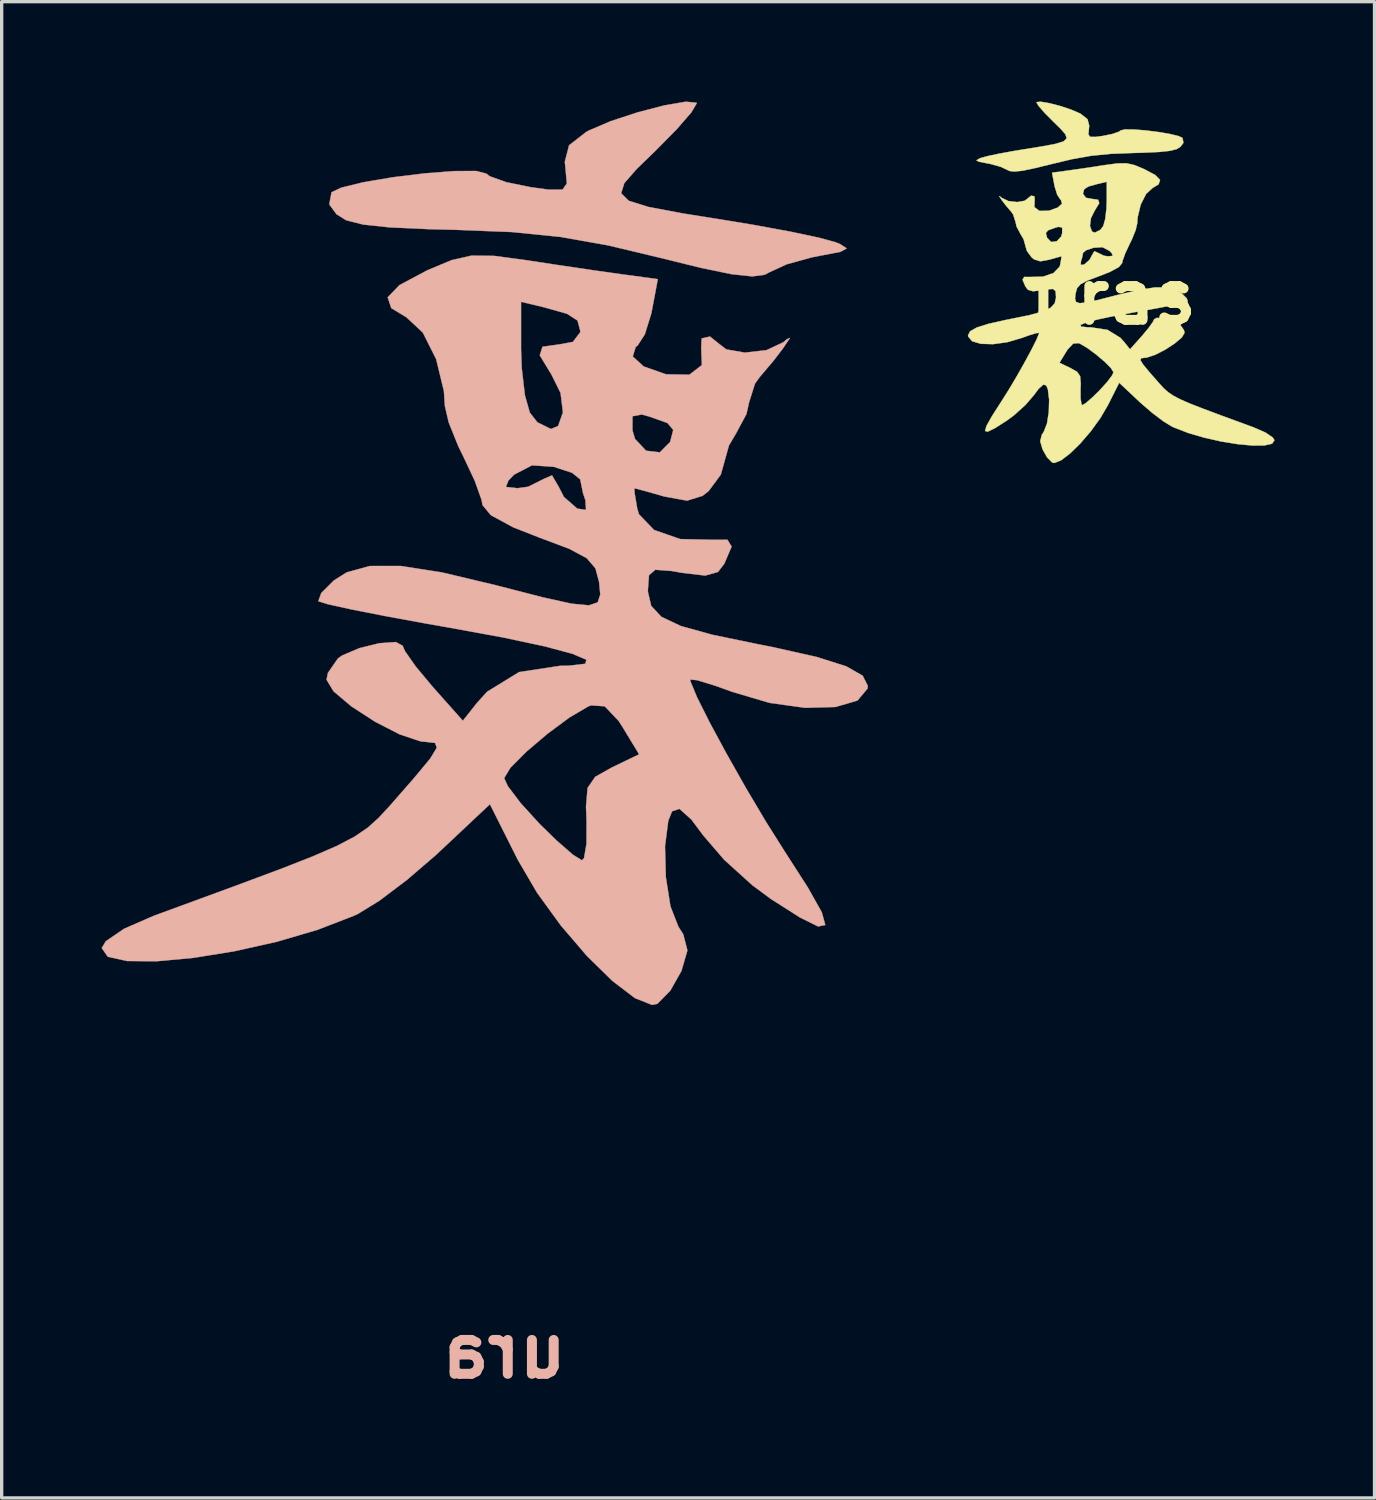
<source format=kicad_pcb>
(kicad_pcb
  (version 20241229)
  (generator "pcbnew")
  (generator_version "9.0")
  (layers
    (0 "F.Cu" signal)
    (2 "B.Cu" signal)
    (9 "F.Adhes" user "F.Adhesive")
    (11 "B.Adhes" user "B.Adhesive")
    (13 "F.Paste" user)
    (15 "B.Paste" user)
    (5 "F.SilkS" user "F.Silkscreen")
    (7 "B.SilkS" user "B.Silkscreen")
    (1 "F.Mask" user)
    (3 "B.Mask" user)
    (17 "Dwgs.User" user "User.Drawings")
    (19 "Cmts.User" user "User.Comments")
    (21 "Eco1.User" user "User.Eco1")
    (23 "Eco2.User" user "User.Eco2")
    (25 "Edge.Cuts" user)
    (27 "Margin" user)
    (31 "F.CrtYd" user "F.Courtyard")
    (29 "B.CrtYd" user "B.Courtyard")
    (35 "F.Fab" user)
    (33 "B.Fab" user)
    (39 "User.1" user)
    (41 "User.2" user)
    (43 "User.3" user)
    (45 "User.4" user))
  (footprint "ura"
    (layer "F.Cu")
    (at 14.631 14.66)
    (property "Reference" "ura" (at -2.54 22.86 180) (layer "B.SilkS") (effects (font (size 1.524 1.524) (thickness 0.3)) (justify mirror)))
    (attr through_hole)
    (fp_poly (pts (xy 2.272 -14.545) (xy 1.468 -14.336) (xy 0.66 -14.071) (xy 0.004 -13.79) (xy -0.082 -13.743) (xy -0.59 -13.346) (xy -0.718 -12.853) (xy -0.696 -12.627) (xy -0.657 -12.2) (xy -0.785 -12.017) (xy -1.205 -12.015) (xy -1.757 -12.091) (xy -2.483 -12.24) (xy -2.975 -12.418) (xy -3.071 -12.494) (xy -3.379 -12.575) (xy -4.043 -12.572) (xy -4.921 -12.504) (xy -5.872 -12.388) (xy -6.753 -12.24) (xy -7.423 -12.077) (xy -7.723 -11.937) (xy -7.793 -11.573) (xy -7.575 -11.276) (xy -7.285 -11.095) (xy -6.78 -10.967) (xy -5.978 -10.881) (xy -4.794 -10.827) (xy -4.03 -10.808) (xy -2.311 -10.741) (xy -0.853 -10.595) (xy 0.587 -10.339) (xy 2.063 -9.987) (xy 3.383 -9.662) (xy 4.303 -9.473) (xy 4.909 -9.409) (xy 5.284 -9.458) (xy 5.434 -9.537) (xy 5.944 -9.772) (xy 6.699 -9.981) (xy 6.927 -10.025) (xy 7.561 -10.147) (xy 7.749 -10.25) (xy 7.547 -10.381) (xy 7.416 -10.434) (xy 6.921 -10.57) (xy 6.063 -10.752) (xy 4.982 -10.951) (xy 4.26 -11.071) (xy 2.799 -11.305) (xy 1.794 -11.495) (xy 1.2 -11.681) (xy 0.974 -11.906) (xy 1.07 -12.211) (xy 1.444 -12.638) (xy 2.005 -13.182) (xy 2.642 -13.827) (xy 3.083 -14.335) (xy 3.245 -14.609) (xy 3.239 -14.626) (xy 2.915 -14.655) (xy 2.272 -14.545)) (stroke (width 0.01) (type solid)) (fill yes) (layer "B.SilkS"))
    (fp_poly (pts (xy -4.117 -9.898) (xy -4.836 -9.598) (xy -4.849 -9.592) (xy -5.683 -9.148) (xy -6.038 -8.781) (xy -5.93 -8.456) (xy -5.476 -8.181) (xy -4.983 -7.722) (xy -4.583 -6.926) (xy -4.35 -5.968) (xy -4.319 -5.514) (xy -4.205 -5.023) (xy -3.919 -4.313) (xy -3.761 -3.99) (xy -3.424 -3.273) (xy -3.218 -2.697) (xy -3.189 -2.54) (xy -2.942 -2.239) (xy -2.266 -1.872) (xy -1.486 -1.566) (xy -0.585 -1.228) (xy -0.06 -0.947) (xy 0.202 -0.641) (xy 0.311 -0.233) (xy 0.347 0.146) (xy 0.27 0.38) (xy 0.008 0.47) (xy -0.515 0.42) (xy -1.373 0.231) (xy -2.639 -0.095) (xy -2.781 -0.132) (xy -4.409 -0.519) (xy -5.648 -0.712) (xy -6.575 -0.711) (xy -7.269 -0.52) (xy -7.655 -0.276) (xy -8.034 0.103) (xy -8.121 0.345) (xy -8.118 0.348) (xy -7.832 0.437) (xy -7.135 0.591) (xy -6.118 0.791) (xy -4.871 1.02) (xy -4.186 1.14) (xy -2.569 1.436) (xy -1.328 1.701) (xy -0.487 1.926) (xy -0.07 2.104) (xy -0.101 2.225) (xy -0.603 2.283) (xy -0.855 2.286) (xy -2.092 2.475) (xy -3.049 3.063) (xy -3.351 3.395) (xy -3.78 3.936) (xy -4.684 2.92) (xy -5.191 2.312) (xy -5.519 1.845) (xy -5.588 1.683) (xy -5.794 1.572) (xy -6.289 1.608) (xy -6.887 1.755) (xy -7.405 1.976) (xy -7.532 2.065) (xy -7.833 2.5) (xy -7.874 2.704) (xy -7.664 3.052) (xy -7.13 3.503) (xy -6.418 3.965) (xy -5.676 4.346) (xy -5.048 4.556) (xy -4.888 4.572) (xy -4.615 4.603) (xy -4.562 4.747) (xy -4.765 5.079) (xy -5.261 5.675) (xy -5.588 6.049) (xy -5.978 6.495) (xy -6.306 6.85) (xy -6.637 7.148) (xy -7.035 7.419) (xy -7.563 7.695) (xy -8.285 8.009) (xy -9.265 8.393) (xy -10.568 8.879) (xy -12.256 9.499) (xy -13.061 9.794) (xy -13.955 10.184) (xy -14.501 10.557) (xy -14.626 10.761) (xy -14.446 11.023) (xy -13.869 11.152) (xy -12.984 11.16) (xy -11.88 11.059) (xy -10.646 10.86) (xy -9.372 10.575) (xy -8.147 10.216) (xy -7.06 9.796) (xy -6.929 9.736) (xy -6.291 9.344) (xy -5.46 8.717) (xy -4.602 7.98) (xy -4.483 7.869) (xy -2.967 6.444) (xy -2.13 8.112) (xy -1.552 9.101) (xy -0.835 10.089) (xy -0.055 10.999) (xy 0.712 11.751) (xy 1.39 12.268) (xy 1.904 12.471) (xy 2.062 12.438) (xy 2.449 12.045) (xy 2.785 11.451) (xy 2.964 10.833) (xy 2.84 10.351) (xy 2.692 10.118) (xy 2.455 9.511) (xy 2.317 8.638) (xy 2.291 7.711) (xy 2.389 6.942) (xy 2.502 6.657) (xy 2.724 6.581) (xy 3.084 6.904) (xy 3.434 7.373) (xy 4.068 8.111) (xy 4.916 8.878) (xy 5.47 9.288) (xy 6.347 9.846) (xy 6.89 10.115) (xy 7.105 10.07) (xy 7 9.688) (xy 6.581 8.943) (xy 5.876 7.846) (xy 5.324 6.97) (xy 4.727 5.965) (xy 4.15 4.945) (xy 1.514 4.945) (xy 0.694 5.339) (xy 0.195 5.621) (xy -0.034 5.953) (xy -0.082 6.517) (xy -0.065 6.931) (xy -0.067 7.63) (xy -0.141 8.061) (xy -0.203 8.128) (xy -0.474 7.96) (xy -0.974 7.524) (xy -1.471 7.039) (xy -2.042 6.412) (xy -2.43 5.899) (xy -2.54 5.659) (xy -2.351 5.347) (xy -1.872 4.866) (xy -1.236 4.325) (xy -0.576 3.837) (xy -0.025 3.513) (xy 0.07 3.474) (xy 0.482 3.503) (xy 0.902 3.946) (xy 1.018 4.129) (xy 1.514 4.945) (xy 4.15 4.945) (xy 4.144 4.935) (xy 3.633 3.988) (xy 3.252 3.229) (xy 3.06 2.765) (xy 3.048 2.699) (xy 3.261 2.719) (xy 3.81 2.888) (xy 4.321 3.072) (xy 5.433 3.4) (xy 6.498 3.548) (xy 7.413 3.523) (xy 8.073 3.329) (xy 8.374 2.97) (xy 8.382 2.888) (xy 8.228 2.583) (xy 7.733 2.301) (xy 6.846 2.02) (xy 5.516 1.722) (xy 5.088 1.638) (xy 3.713 1.354) (xy 2.769 1.092) (xy 2.181 0.814) (xy 1.876 0.485) (xy 1.779 0.069) (xy 1.778 0.003) (xy 1.81 -0.433) (xy 1.999 -0.598) (xy 2.487 -0.562) (xy 2.802 -0.506) (xy 3.5 -0.424) (xy 3.882 -0.532) (xy 4.072 -0.778) (xy 4.292 -1.295) (xy 4.166 -1.5) (xy 3.747 -1.497) (xy 2.751 -1.52) (xy 1.965 -1.792) (xy 1.51 -2.264) (xy 1.468 -2.398) (xy -0.081 -2.398) (xy -0.343 -2.434) (xy -0.746 -2.786) (xy -0.905 -3.097) (xy -1.103 -3.433) (xy -1.346 -3.328) (xy -1.821 -3.091) (xy -2.137 -3.048) (xy -2.487 -3.085) (xy -2.41 -3.28) (xy -2.242 -3.455) (xy -1.704 -3.735) (xy -1.044 -3.689) (xy -0.499 -3.51) (xy -0.255 -3.313) (xy -0.254 -3.303) (xy -0.171 -2.898) (xy -0.099 -2.685) (xy -0.081 -2.398) (xy 1.468 -2.398) (xy 1.459 -2.427) (xy 1.38 -2.895) (xy 1.37 -3.048) (xy 1.607 -2.986) (xy 2.151 -2.833) (xy 2.272 -2.798) (xy 2.954 -2.674) (xy 3.419 -2.818) (xy 3.604 -2.964) (xy 3.966 -3.453) (xy 4.064 -3.801) (xy 4.211 -4.329) (xy 4.437 -4.714) (xy 4.482 -4.799) (xy 2.538 -4.799) (xy 2.448 -4.445) (xy 2.445 -4.437) (xy 2.135 -4.124) (xy 1.723 -4.174) (xy 1.39 -4.529) (xy 1.313 -4.789) (xy 1.315 -5.209) (xy 1.591 -5.261) (xy 1.821 -5.199) (xy 2.367 -5.004) (xy 2.538 -4.799) (xy 4.482 -4.799) (xy 4.737 -5.275) (xy 4.818 -5.633) (xy 4.992 -6.185) (xy 5.144 -6.396) (xy 5.55 -6.875) (xy 5.83 -7.24) (xy 6.046 -7.562) (xy 5.948 -7.521) (xy 5.842 -7.429) (xy 5.339 -7.194) (xy 4.691 -7.12) (xy 4.134 -7.216) (xy 3.937 -7.366) (xy 3.642 -7.603) (xy 3.391 -7.546) (xy 3.378 -7.279) (xy 3.399 -6.746) (xy 3.022 -6.456) (xy 2.323 -6.469) (xy 2.321 -6.469) (xy 1.65 -6.705) (xy 1.323 -7.004) (xy 1.412 -7.292) (xy 1.468 -7.331) (xy 1.686 -7.67) (xy 1.705 -7.732) (xy -0.254 -7.732) (xy -0.475 -7.442) (xy -0.889 -7.366) (xy -1.389 -7.296) (xy -1.47 -7.037) (xy -1.152 -6.514) (xy -1.135 -6.492) (xy -0.846 -5.909) (xy -0.774 -5.326) (xy -0.919 -4.917) (xy -1.134 -4.826) (xy -1.542 -5.027) (xy -1.769 -5.317) (xy -1.917 -5.842) (xy -2.012 -6.656) (xy -2.032 -7.227) (xy -2.032 -8.646) (xy -1.333 -8.479) (xy -0.651 -8.286) (xy -0.336 -8.083) (xy -0.255 -7.775) (xy -0.254 -7.732) (xy 1.705 -7.732) (xy 1.879 -8.291) (xy 1.903 -8.411) (xy 2.075 -9.327) (xy 0.974 -9.475) (xy 0.126 -9.595) (xy -0.962 -9.756) (xy -1.864 -9.894) (xy -2.838 -10.025) (xy -3.52 -10.033) (xy -4.117 -9.898)) (stroke (width 0.01) (type solid)) (fill yes) (layer "B.SilkS")))
  (footprint "uras"
    (layer "F.Cu")
    (at 30.392 5.867)
    (property "Reference" "uras" (at 0 0 0) (layer "F.SilkS") (effects (font (size 1.524 1.524) (thickness 0.3))))
    (attr through_hole)
    (fp_poly (pts (xy -1.925 -5.818) (xy -1.603 -5.735) (xy -1.28 -5.628) (xy -1.018 -5.516) (xy -0.983 -5.497) (xy -0.78 -5.338) (xy -0.729 -5.141) (xy -0.738 -5.051) (xy -0.753 -4.88) (xy -0.702 -4.807) (xy -0.534 -4.806) (xy -0.313 -4.836) (xy -0.023 -4.896) (xy 0.174 -4.967) (xy 0.212 -4.998) (xy 0.336 -5.03) (xy 0.601 -5.029) (xy 0.953 -5.002) (xy 1.333 -4.955) (xy 1.685 -4.896) (xy 1.953 -4.831) (xy 2.073 -4.775) (xy 2.101 -4.629) (xy 2.014 -4.511) (xy 1.898 -4.438) (xy 1.696 -4.387) (xy 1.375 -4.353) (xy 0.902 -4.331) (xy 0.596 -4.323) (xy -0.092 -4.296) (xy -0.675 -4.238) (xy -1.251 -4.135) (xy -1.841 -3.995) (xy -2.369 -3.865) (xy -2.737 -3.789) (xy -2.979 -3.764) (xy -3.13 -3.783) (xy -3.19 -3.815) (xy -3.394 -3.909) (xy -3.695 -3.992) (xy -3.787 -4.01) (xy -4.041 -4.059) (xy -4.116 -4.1) (xy -4.035 -4.152) (xy -3.982 -4.174) (xy -3.784 -4.228) (xy -3.441 -4.301) (xy -3.009 -4.38) (xy -2.72 -4.428) (xy -2.135 -4.522) (xy -1.733 -4.598) (xy -1.496 -4.672) (xy -1.406 -4.762) (xy -1.444 -4.884) (xy -1.594 -5.055) (xy -1.818 -5.273) (xy -2.073 -5.531) (xy -2.249 -5.734) (xy -2.314 -5.843) (xy -2.312 -5.85) (xy -2.182 -5.862) (xy -1.925 -5.818)) (stroke (width 0.01) (type solid)) (fill yes) (layer "F.SilkS"))
    (fp_poly (pts (xy 0.631 -3.959) (xy 0.918 -3.839) (xy 0.923 -3.837) (xy 1.257 -3.659) (xy 1.399 -3.513) (xy 1.356 -3.382) (xy 1.175 -3.272) (xy 0.977 -3.089) (xy 0.817 -2.771) (xy 0.724 -2.387) (xy 0.712 -2.206) (xy 0.666 -2.009) (xy 0.552 -1.725) (xy 0.488 -1.596) (xy 0.353 -1.309) (xy 0.271 -1.079) (xy 0.26 -1.016) (xy 0.161 -0.896) (xy -0.11 -0.749) (xy -0.422 -0.627) (xy -0.782 -0.491) (xy -0.992 -0.379) (xy -1.097 -0.257) (xy -1.141 -0.093) (xy -1.155 0.059) (xy -1.124 0.152) (xy -1.019 0.188) (xy -0.81 0.168) (xy -0.467 0.092) (xy 0.04 -0.038) (xy 0.096 -0.053) (xy 0.748 -0.208) (xy 1.243 -0.285) (xy 1.614 -0.285) (xy 1.891 -0.208) (xy 2.046 -0.11) (xy 2.198 0.041) (xy 2.232 0.138) (xy 2.231 0.139) (xy 2.117 0.175) (xy 1.838 0.236) (xy 1.431 0.317) (xy 0.932 0.408) (xy 0.658 0.456) (xy 0.011 0.574) (xy -0.485 0.68) (xy -0.821 0.77) (xy -0.988 0.841) (xy -0.976 0.89) (xy -0.775 0.913) (xy -0.674 0.914) (xy -0.179 0.99) (xy 0.203 1.225) (xy 0.324 1.358) (xy 0.496 1.574) (xy 0.858 1.168) (xy 1.06 0.925) (xy 1.191 0.738) (xy 1.219 0.673) (xy 1.302 0.629) (xy 1.5 0.643) (xy 1.739 0.702) (xy 1.946 0.791) (xy 1.997 0.826) (xy 2.117 1) (xy 2.134 1.081) (xy 2.049 1.221) (xy 1.836 1.401) (xy 1.551 1.586) (xy 1.254 1.738) (xy 1.003 1.822) (xy 0.939 1.829) (xy 0.83 1.841) (xy 0.809 1.899) (xy 0.89 2.031) (xy 1.088 2.27) (xy 1.219 2.419) (xy 1.375 2.598) (xy 1.506 2.74) (xy 1.639 2.859) (xy 1.798 2.967) (xy 2.009 3.078) (xy 2.298 3.204) (xy 2.69 3.357) (xy 3.211 3.552) (xy 3.886 3.799) (xy 4.208 3.918) (xy 4.566 4.074) (xy 4.784 4.223) (xy 4.834 4.304) (xy 4.763 4.409) (xy 4.532 4.461) (xy 4.178 4.464) (xy 3.736 4.423) (xy 3.242 4.344) (xy 2.733 4.23) (xy 2.243 4.087) (xy 1.808 3.918) (xy 1.756 3.894) (xy 1.5 3.738) (xy 1.168 3.487) (xy 0.825 3.192) (xy 0.777 3.148) (xy 0.171 2.578) (xy -0.164 3.245) (xy -0.395 3.64) (xy -0.682 4.036) (xy -0.994 4.399) (xy -1.301 4.7) (xy -1.572 4.907) (xy -1.778 4.988) (xy -1.841 4.975) (xy -1.996 4.818) (xy -2.13 4.58) (xy -2.202 4.333) (xy -2.152 4.14) (xy -2.093 4.047) (xy -1.998 3.804) (xy -1.943 3.455) (xy -1.933 3.085) (xy -1.971 2.777) (xy -2.017 2.663) (xy -2.105 2.632) (xy -2.25 2.762) (xy -2.389 2.949) (xy -2.643 3.244) (xy -2.983 3.551) (xy -3.204 3.715) (xy -3.555 3.939) (xy -3.772 4.046) (xy -3.858 4.028) (xy -3.816 3.875) (xy -3.648 3.577) (xy -3.367 3.138) (xy -3.146 2.788) (xy -2.907 2.386) (xy -2.676 1.978) (xy -1.622 1.978) (xy -1.293 2.136) (xy -1.094 2.249) (xy -1.002 2.381) (xy -0.983 2.607) (xy -0.99 2.772) (xy -0.989 3.052) (xy -0.96 3.225) (xy -0.935 3.251) (xy -0.826 3.184) (xy -0.626 3.01) (xy -0.428 2.816) (xy -0.199 2.565) (xy -0.044 2.36) (xy 0 2.264) (xy -0.076 2.139) (xy -0.267 1.946) (xy -0.522 1.73) (xy -0.786 1.535) (xy -1.006 1.405) (xy -1.044 1.389) (xy -1.209 1.401) (xy -1.377 1.578) (xy -1.423 1.651) (xy -1.622 1.978) (xy -2.676 1.978) (xy -2.674 1.974) (xy -2.469 1.595) (xy -2.317 1.292) (xy -2.24 1.106) (xy -2.235 1.079) (xy -2.32 1.088) (xy -2.54 1.155) (xy -2.744 1.229) (xy -3.189 1.36) (xy -3.615 1.419) (xy -3.981 1.409) (xy -4.245 1.332) (xy -4.366 1.188) (xy -4.369 1.155) (xy -4.307 1.033) (xy -4.109 0.92) (xy -3.754 0.808) (xy -3.223 0.689) (xy -3.051 0.655) (xy -2.501 0.542) (xy -2.124 0.437) (xy -1.889 0.326) (xy -1.766 0.194) (xy -1.728 0.027) (xy -1.727 0.001) (xy -1.74 -0.173) (xy -1.816 -0.239) (xy -2.011 -0.225) (xy -2.137 -0.203) (xy -2.416 -0.169) (xy -2.569 -0.213) (xy -2.645 -0.311) (xy -2.733 -0.518) (xy -2.682 -0.6) (xy -2.515 -0.599) (xy -2.117 -0.608) (xy -1.802 -0.717) (xy -1.62 -0.906) (xy -1.603 -0.959) (xy -0.984 -0.959) (xy -0.879 -0.973) (xy -0.718 -1.114) (xy -0.654 -1.239) (xy -0.575 -1.373) (xy -0.478 -1.331) (xy -0.288 -1.237) (xy -0.161 -1.219) (xy -0.021 -1.234) (xy -0.052 -1.312) (xy -0.119 -1.382) (xy -0.334 -1.494) (xy -0.598 -1.476) (xy -0.816 -1.404) (xy -0.914 -1.325) (xy -0.914 -1.321) (xy -0.948 -1.159) (xy -0.977 -1.074) (xy -0.984 -0.959) (xy -1.603 -0.959) (xy -1.6 -0.971) (xy -1.568 -1.158) (xy -1.564 -1.219) (xy -1.659 -1.194) (xy -1.876 -1.133) (xy -1.925 -1.119) (xy -2.198 -1.069) (xy -2.384 -1.127) (xy -2.458 -1.186) (xy -2.602 -1.381) (xy -2.642 -1.52) (xy -2.7 -1.731) (xy -2.791 -1.886) (xy -2.809 -1.92) (xy -2.031 -1.92) (xy -1.995 -1.778) (xy -1.994 -1.775) (xy -1.87 -1.65) (xy -1.705 -1.67) (xy -1.572 -1.812) (xy -1.541 -1.916) (xy -1.542 -2.083) (xy -1.652 -2.105) (xy -1.744 -2.08) (xy -1.963 -2.001) (xy -2.031 -1.92) (xy -2.809 -1.92) (xy -2.911 -2.11) (xy -2.943 -2.253) (xy -3.013 -2.474) (xy -3.073 -2.559) (xy -3.236 -2.75) (xy -3.348 -2.896) (xy -3.435 -3.025) (xy -3.395 -3.008) (xy -3.353 -2.972) (xy -3.152 -2.877) (xy -2.892 -2.848) (xy -2.67 -2.887) (xy -2.591 -2.946) (xy -2.473 -3.041) (xy -2.372 -3.019) (xy -2.367 -2.912) (xy -2.376 -2.698) (xy -2.225 -2.583) (xy -1.945 -2.588) (xy -1.944 -2.588) (xy -1.676 -2.682) (xy -1.545 -2.801) (xy -1.581 -2.917) (xy -1.603 -2.933) (xy -1.69 -3.068) (xy -1.698 -3.093) (xy -0.914 -3.093) (xy -0.826 -2.977) (xy -0.66 -2.946) (xy -0.46 -2.918) (xy -0.428 -2.815) (xy -0.555 -2.606) (xy -0.562 -2.597) (xy -0.678 -2.363) (xy -0.707 -2.131) (xy -0.648 -1.967) (xy -0.562 -1.93) (xy -0.399 -2.011) (xy -0.308 -2.127) (xy -0.249 -2.337) (xy -0.211 -2.662) (xy -0.203 -2.891) (xy -0.203 -3.458) (xy -0.483 -3.391) (xy -0.756 -3.315) (xy -0.881 -3.233) (xy -0.914 -3.11) (xy -0.914 -3.093) (xy -1.698 -3.093) (xy -1.768 -3.317) (xy -1.777 -3.364) (xy -1.846 -3.731) (xy -1.406 -3.79) (xy -1.066 -3.838) (xy -0.631 -3.902) (xy -0.27 -3.958) (xy 0.119 -4.01) (xy 0.392 -4.013) (xy 0.631 -3.959)) (stroke (width 0.01) (type solid)) (fill yes) (layer "F.SilkS")))
  (gr_rect
    (start -3 -3)
    (end 38.231 41.938)
    (stroke (width 0.1) (type default))
    (fill no)
    (layer "Edge.Cuts")))
</source>
